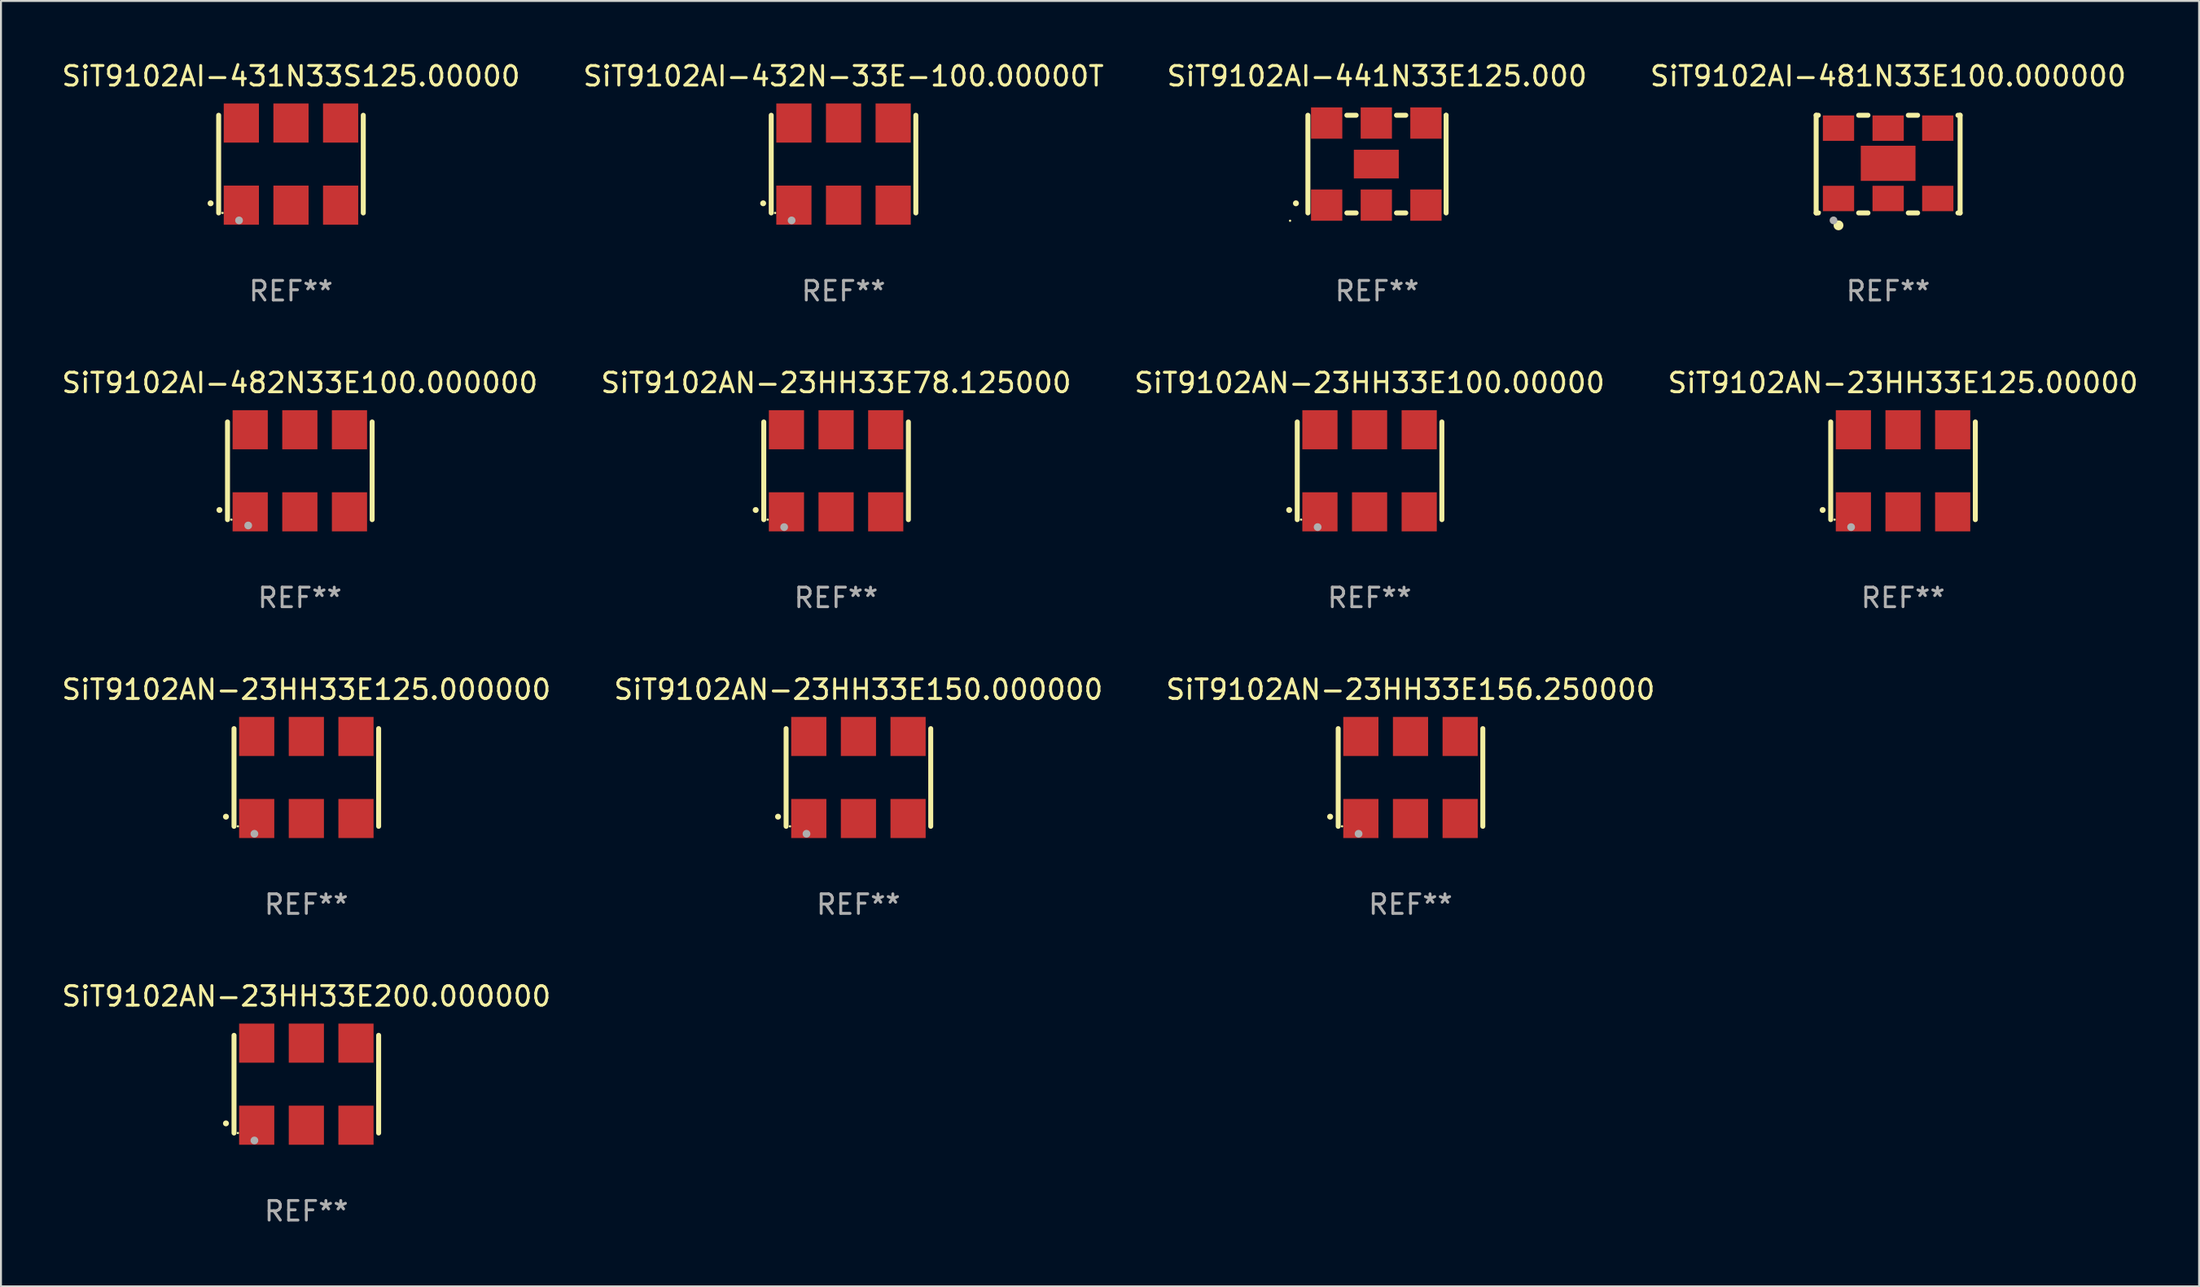
<source format=kicad_pcb>
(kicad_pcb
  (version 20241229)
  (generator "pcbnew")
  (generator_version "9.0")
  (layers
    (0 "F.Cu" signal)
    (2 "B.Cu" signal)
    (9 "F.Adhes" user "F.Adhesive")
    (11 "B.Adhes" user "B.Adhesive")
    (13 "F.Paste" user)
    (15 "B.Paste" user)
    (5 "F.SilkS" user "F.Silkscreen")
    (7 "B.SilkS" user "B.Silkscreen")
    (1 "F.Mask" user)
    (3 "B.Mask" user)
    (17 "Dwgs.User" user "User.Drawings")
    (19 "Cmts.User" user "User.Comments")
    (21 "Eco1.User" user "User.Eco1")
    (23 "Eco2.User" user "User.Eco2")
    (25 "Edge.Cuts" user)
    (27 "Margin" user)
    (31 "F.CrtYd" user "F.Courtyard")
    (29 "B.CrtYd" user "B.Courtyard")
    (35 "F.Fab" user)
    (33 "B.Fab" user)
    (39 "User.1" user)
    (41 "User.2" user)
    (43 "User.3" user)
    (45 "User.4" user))
  (footprint "SiT9102AI-481N33E100.000000"
    (layer "F.Cu")
    (at 93.565 5.348)
    (property "Reference" "SiT9102AI-481N33E100.000000" (at 0 -4.5 0) (layer "F.SilkS") (effects (font (size 1 1) (thickness 0.15))))
    (attr through_hole)
    (fp_line (start -3.683 -2.5) (end -3.571 -2.5) (stroke (width 0.254) (type solid)) (layer "F.SilkS"))
    (fp_line (start -3.683 2.5) (end -3.683 -2.5) (stroke (width 0.254) (type solid)) (layer "F.SilkS"))
    (fp_line (start -3.683 2.5) (end -3.571 2.5) (stroke (width 0.254) (type solid)) (layer "F.SilkS"))
    (fp_line (start -1.509 -2.5) (end -1.031 -2.5) (stroke (width 0.254) (type solid)) (layer "F.SilkS"))
    (fp_line (start -1.509 2.5) (end -1.031 2.5) (stroke (width 0.254) (type solid)) (layer "F.SilkS"))
    (fp_line (start 1.031 -2.5) (end 1.509 -2.5) (stroke (width 0.254) (type solid)) (layer "F.SilkS"))
    (fp_line (start 1.031 2.5) (end 1.509 2.5) (stroke (width 0.254) (type solid)) (layer "F.SilkS"))
    (fp_line (start 3.571 -2.5) (end 3.683 -2.5) (stroke (width 0.254) (type solid)) (layer "F.SilkS"))
    (fp_line (start 3.571 2.5) (end 3.683 2.5) (stroke (width 0.254) (type solid)) (layer "F.SilkS"))
    (fp_line (start 3.683 2.5) (end 3.683 -2.5) (stroke (width 0.254) (type solid)) (layer "F.SilkS"))
    (fp_circle (center -3.5 2.46) (end -3.47 2.46) (stroke (width 0.06) (type solid)) (fill no) (layer "F.SilkS"))
    (fp_circle (center -2.54 3.135) (end -2.413 3.135) (stroke (width 0.254) (type solid)) (fill no) (layer "F.SilkS"))
    (fp_circle (center -2.794 2.881) (end -2.694 2.881) (stroke (width 0.2) (type solid)) (fill no) (layer "F.Fab"))
    (fp_text user "REF**" (at 0 6.5 0) (layer "F.Fab") (effects (font (size 1 1) (thickness 0.15))))
    (pad "1" smd rect (at -2.54 1.76) (size 1.6 1.3) (layers "F.Cu" "F.Mask" "F.Paste"))
    (pad "2" smd rect (at 0 1.76) (size 1.6 1.3) (layers "F.Cu" "F.Mask" "F.Paste"))
    (pad "3" smd rect (at 2.54 1.76) (size 1.6 1.3) (layers "F.Cu" "F.Mask" "F.Paste"))
    (pad "4" smd rect (at 2.54 -1.84) (size 1.6 1.3) (layers "F.Cu" "F.Mask" "F.Paste"))
    (pad "5" smd rect (at 0 -1.84) (size 1.6 1.3) (layers "F.Cu" "F.Mask" "F.Paste"))
    (pad "6" smd rect (at -2.54 -1.84) (size 1.6 1.3) (layers "F.Cu" "F.Mask" "F.Paste"))
    (pad "7" smd rect (at 0 -0.04) (size 2.8 1.8) (layers "F.Cu" "F.Mask" "F.Paste")))
  (footprint "SiT9102AI-441N33E125.000"
    (layer "F.Cu")
    (at 67.411 5.348)
    (property "Reference" "SiT9102AI-441N33E125.000" (at 0 -4.5 0) (layer "F.SilkS") (effects (font (size 1 1) (thickness 0.15))))
    (attr through_hole)
    (fp_line (start -3.536 -2.5) (end -3.536 2.5) (stroke (width 0.254) (type solid)) (layer "F.SilkS"))
    (fp_line (start -1.544 2.5) (end -1.067 2.5) (stroke (width 0.254) (type solid)) (layer "F.SilkS"))
    (fp_line (start -1.067 -2.5) (end -1.544 -2.5) (stroke (width 0.254) (type solid)) (layer "F.SilkS"))
    (fp_line (start 0.996 2.5) (end 1.473 2.5) (stroke (width 0.254) (type solid)) (layer "F.SilkS"))
    (fp_line (start 1.473 -2.5) (end 0.996 -2.5) (stroke (width 0.254) (type solid)) (layer "F.SilkS"))
    (fp_line (start 3.536 -2.5) (end 3.536 -2.5) (stroke (width 0.254) (type solid)) (layer "F.SilkS"))
    (fp_line (start 3.536 2.5) (end 3.536 -2.5) (stroke (width 0.254) (type solid)) (layer "F.SilkS"))
    (fp_arc (start -4.150432 2.006604) (mid -4.149162 2.006599) (end -4.147892 2.006604) (stroke (width 0.3) (type solid)) (layer "F.SilkS"))
    (fp_circle (center -4.449 2.9) (end -4.419 2.9) (stroke (width 0.06) (type solid)) (fill no) (layer "F.SilkS"))
    (fp_text user "REF**" (at 0 6.5 0) (layer "F.Fab") (effects (font (size 1 1) (thickness 0.15))))
    (pad "1" smd rect (at -2.576 2.1) (size 1.6 1.6) (layers "F.Cu" "F.Mask" "F.Paste"))
    (pad "2" smd rect (at -0.036 2.1) (size 1.6 1.6) (layers "F.Cu" "F.Mask" "F.Paste"))
    (pad "3" smd rect (at 2.504 2.1) (size 1.6 1.6) (layers "F.Cu" "F.Mask" "F.Paste"))
    (pad "4" smd rect (at 2.504 -2.1) (size 1.6 1.6) (layers "F.Cu" "F.Mask" "F.Paste"))
    (pad "5" smd rect (at -0.036 -2.1) (size 1.6 1.6) (layers "F.Cu" "F.Mask" "F.Paste"))
    (pad "6" smd rect (at -2.576 -2.1) (size 1.6 1.6) (layers "F.Cu" "F.Mask" "F.Paste"))
    (pad "7" smd rect (at -0.036 0) (size 2.3 1.47) (layers "F.Cu" "F.Mask" "F.Paste")))
  (footprint "SiT9102AI-432N-33E-100.00000T"
    (layer "F.Cu")
    (at 40.113 5.348)
    (property "Reference" "SiT9102AI-432N-33E-100.00000T" (at 0 -4.5 0) (layer "F.SilkS") (effects (font (size 1 1) (thickness 0.15))))
    (attr through_hole)
    (fp_line (start -3.7 -2.5) (end -3.7 2.5) (stroke (width 0.254) (type solid)) (layer "F.SilkS"))
    (fp_line (start 3.7 -2.5) (end 3.7 2.5) (stroke (width 0.254) (type solid)) (layer "F.SilkS"))
    (fp_arc (start -4.114415 2.006604) (mid -4.113145 2.006599) (end -4.111875 2.006604) (stroke (width 0.3) (type solid)) (layer "F.SilkS"))
    (fp_circle (center -3.502 2.5) (end -3.472 2.5) (stroke (width 0.06) (type solid)) (fill no) (layer "F.SilkS"))
    (fp_circle (center -2.657 2.882) (end -2.557 2.882) (stroke (width 0.2) (type solid)) (fill no) (layer "F.Fab"))
    (fp_text user "REF**" (at 0 6.5 0) (layer "F.Fab") (effects (font (size 1 1) (thickness 0.15))))
    (pad "1" smd rect (at -2.54 2.1) (size 1.8 2) (layers "F.Cu" "F.Mask" "F.Paste"))
    (pad "2" smd rect (at 0.000394 2.1) (size 1.8 2) (layers "F.Cu" "F.Mask" "F.Paste"))
    (pad "3" smd rect (at 2.54 2.1) (size 1.8 2) (layers "F.Cu" "F.Mask" "F.Paste"))
    (pad "4" smd rect (at 2.54 -2.1) (size 1.8 2) (layers "F.Cu" "F.Mask" "F.Paste"))
    (pad "5" smd rect (at 0.000394 -2.1) (size 1.8 2) (layers "F.Cu" "F.Mask" "F.Paste"))
    (pad "6" smd rect (at -2.54 -2.1) (size 1.8 2) (layers "F.Cu" "F.Mask" "F.Paste")))
  (footprint "SiT9102AN-23HH33E150.000000"
    (layer "F.Cu")
    (at 40.875 36.741)
    (property "Reference" "SiT9102AN-23HH33E150.000000" (at 0 -4.5 0) (layer "F.SilkS") (effects (font (size 1 1) (thickness 0.15))))
    (attr through_hole)
    (fp_line (start -3.7 -2.5) (end -3.7 2.5) (stroke (width 0.254) (type solid)) (layer "F.SilkS"))
    (fp_line (start 3.7 -2.5) (end 3.7 2.5) (stroke (width 0.254) (type solid)) (layer "F.SilkS"))
    (fp_arc (start -4.114415 2.006604) (mid -4.113145 2.006599) (end -4.111875 2.006604) (stroke (width 0.3) (type solid)) (layer "F.SilkS"))
    (fp_circle (center -3.502 2.5) (end -3.472 2.5) (stroke (width 0.06) (type solid)) (fill no) (layer "F.SilkS"))
    (fp_circle (center -2.657 2.882) (end -2.557 2.882) (stroke (width 0.2) (type solid)) (fill no) (layer "F.Fab"))
    (fp_text user "REF**" (at 0 6.5 0) (layer "F.Fab") (effects (font (size 1 1) (thickness 0.15))))
    (pad "1" smd rect (at -2.54 2.1) (size 1.8 2) (layers "F.Cu" "F.Mask" "F.Paste"))
    (pad "2" smd rect (at 0.000394 2.1) (size 1.8 2) (layers "F.Cu" "F.Mask" "F.Paste"))
    (pad "3" smd rect (at 2.54 2.1) (size 1.8 2) (layers "F.Cu" "F.Mask" "F.Paste"))
    (pad "4" smd rect (at 2.54 -2.1) (size 1.8 2) (layers "F.Cu" "F.Mask" "F.Paste"))
    (pad "5" smd rect (at 0.000394 -2.1) (size 1.8 2) (layers "F.Cu" "F.Mask" "F.Paste"))
    (pad "6" smd rect (at -2.54 -2.1) (size 1.8 2) (layers "F.Cu" "F.Mask" "F.Paste")))
  (footprint "SiT9102AN-23HH33E200.000000"
    (layer "F.Cu")
    (at 12.625 52.438)
    (property "Reference" "SiT9102AN-23HH33E200.000000" (at 0 -4.5 0) (layer "F.SilkS") (effects (font (size 1 1) (thickness 0.15))))
    (attr through_hole)
    (fp_line (start -3.7 -2.5) (end -3.7 2.5) (stroke (width 0.254) (type solid)) (layer "F.SilkS"))
    (fp_line (start 3.7 -2.5) (end 3.7 2.5) (stroke (width 0.254) (type solid)) (layer "F.SilkS"))
    (fp_arc (start -4.114415 2.006604) (mid -4.113145 2.006599) (end -4.111875 2.006604) (stroke (width 0.3) (type solid)) (layer "F.SilkS"))
    (fp_circle (center -3.502 2.5) (end -3.472 2.5) (stroke (width 0.06) (type solid)) (fill no) (layer "F.SilkS"))
    (fp_circle (center -2.657 2.882) (end -2.557 2.882) (stroke (width 0.2) (type solid)) (fill no) (layer "F.Fab"))
    (fp_text user "REF**" (at 0 6.5 0) (layer "F.Fab") (effects (font (size 1 1) (thickness 0.15))))
    (pad "1" smd rect (at -2.54 2.1) (size 1.8 2) (layers "F.Cu" "F.Mask" "F.Paste"))
    (pad "2" smd rect (at 0.000394 2.1) (size 1.8 2) (layers "F.Cu" "F.Mask" "F.Paste"))
    (pad "3" smd rect (at 2.54 2.1) (size 1.8 2) (layers "F.Cu" "F.Mask" "F.Paste"))
    (pad "4" smd rect (at 2.54 -2.1) (size 1.8 2) (layers "F.Cu" "F.Mask" "F.Paste"))
    (pad "5" smd rect (at 0.000394 -2.1) (size 1.8 2) (layers "F.Cu" "F.Mask" "F.Paste"))
    (pad "6" smd rect (at -2.54 -2.1) (size 1.8 2) (layers "F.Cu" "F.Mask" "F.Paste")))
  (footprint "SiT9102AN-23HH33E78.125000"
    (layer "F.Cu")
    (at 39.732 21.045)
    (property "Reference" "SiT9102AN-23HH33E78.125000" (at 0 -4.5 0) (layer "F.SilkS") (effects (font (size 1 1) (thickness 0.15))))
    (attr through_hole)
    (fp_line (start -3.7 -2.5) (end -3.7 2.5) (stroke (width 0.254) (type solid)) (layer "F.SilkS"))
    (fp_line (start 3.7 -2.5) (end 3.7 2.5) (stroke (width 0.254) (type solid)) (layer "F.SilkS"))
    (fp_arc (start -4.114415 2.006604) (mid -4.113145 2.006599) (end -4.111875 2.006604) (stroke (width 0.3) (type solid)) (layer "F.SilkS"))
    (fp_circle (center -3.502 2.5) (end -3.472 2.5) (stroke (width 0.06) (type solid)) (fill no) (layer "F.SilkS"))
    (fp_circle (center -2.657 2.882) (end -2.557 2.882) (stroke (width 0.2) (type solid)) (fill no) (layer "F.Fab"))
    (fp_text user "REF**" (at 0 6.5 0) (layer "F.Fab") (effects (font (size 1 1) (thickness 0.15))))
    (pad "1" smd rect (at -2.54 2.1) (size 1.8 2) (layers "F.Cu" "F.Mask" "F.Paste"))
    (pad "2" smd rect (at 0.000394 2.1) (size 1.8 2) (layers "F.Cu" "F.Mask" "F.Paste"))
    (pad "3" smd rect (at 2.54 2.1) (size 1.8 2) (layers "F.Cu" "F.Mask" "F.Paste"))
    (pad "4" smd rect (at 2.54 -2.1) (size 1.8 2) (layers "F.Cu" "F.Mask" "F.Paste"))
    (pad "5" smd rect (at 0.000394 -2.1) (size 1.8 2) (layers "F.Cu" "F.Mask" "F.Paste"))
    (pad "6" smd rect (at -2.54 -2.1) (size 1.8 2) (layers "F.Cu" "F.Mask" "F.Paste")))
  (footprint "SiT9102AN-23HH33E100.00000"
    (layer "F.Cu")
    (at 67.03 21.045)
    (property "Reference" "SiT9102AN-23HH33E100.00000" (at 0 -4.5 0) (layer "F.SilkS") (effects (font (size 1 1) (thickness 0.15))))
    (attr through_hole)
    (fp_line (start -3.7 -2.5) (end -3.7 2.5) (stroke (width 0.254) (type solid)) (layer "F.SilkS"))
    (fp_line (start 3.7 -2.5) (end 3.7 2.5) (stroke (width 0.254) (type solid)) (layer "F.SilkS"))
    (fp_arc (start -4.114415 2.006604) (mid -4.113145 2.006599) (end -4.111875 2.006604) (stroke (width 0.3) (type solid)) (layer "F.SilkS"))
    (fp_circle (center -3.502 2.5) (end -3.472 2.5) (stroke (width 0.06) (type solid)) (fill no) (layer "F.SilkS"))
    (fp_circle (center -2.657 2.882) (end -2.557 2.882) (stroke (width 0.2) (type solid)) (fill no) (layer "F.Fab"))
    (fp_text user "REF**" (at 0 6.5 0) (layer "F.Fab") (effects (font (size 1 1) (thickness 0.15))))
    (pad "1" smd rect (at -2.54 2.1) (size 1.8 2) (layers "F.Cu" "F.Mask" "F.Paste"))
    (pad "2" smd rect (at 0.000394 2.1) (size 1.8 2) (layers "F.Cu" "F.Mask" "F.Paste"))
    (pad "3" smd rect (at 2.54 2.1) (size 1.8 2) (layers "F.Cu" "F.Mask" "F.Paste"))
    (pad "4" smd rect (at 2.54 -2.1) (size 1.8 2) (layers "F.Cu" "F.Mask" "F.Paste"))
    (pad "5" smd rect (at 0.000394 -2.1) (size 1.8 2) (layers "F.Cu" "F.Mask" "F.Paste"))
    (pad "6" smd rect (at -2.54 -2.1) (size 1.8 2) (layers "F.Cu" "F.Mask" "F.Paste")))
  (footprint "SiT9102AI-482N33E100.000000"
    (layer "F.Cu")
    (at 12.292 21.045)
    (property "Reference" "SiT9102AI-482N33E100.000000" (at 0 -4.5 0) (layer "F.SilkS") (effects (font (size 1 1) (thickness 0.15))))
    (attr through_hole)
    (fp_line (start -3.7 -2.5) (end -3.7 2.5) (stroke (width 0.254) (type solid)) (layer "F.SilkS"))
    (fp_line (start 3.7 -2.5) (end 3.7 2.5) (stroke (width 0.254) (type solid)) (layer "F.SilkS"))
    (fp_arc (start -4.114415 2.006604) (mid -4.113145 2.006599) (end -4.111875 2.006604) (stroke (width 0.3) (type solid)) (layer "F.SilkS"))
    (fp_circle (center -3.5 2.501) (end -3.47 2.501) (stroke (width 0.06) (type solid)) (fill no) (layer "F.SilkS"))
    (fp_circle (center -2.641 2.799) (end -2.541 2.799) (stroke (width 0.2) (type solid)) (fill no) (layer "F.Fab"))
    (fp_text user "REF**" (at 0 6.5 0) (layer "F.Fab") (effects (font (size 1 1) (thickness 0.15))))
    (pad "1" smd rect (at -2.54 2.1) (size 1.8 2) (layers "F.Cu" "F.Mask" "F.Paste"))
    (pad "2" smd rect (at 0.000394 2.1) (size 1.8 2) (layers "F.Cu" "F.Mask" "F.Paste"))
    (pad "3" smd rect (at 2.54 2.1) (size 1.8 2) (layers "F.Cu" "F.Mask" "F.Paste"))
    (pad "4" smd rect (at 2.54 -2.1) (size 1.8 2) (layers "F.Cu" "F.Mask" "F.Paste"))
    (pad "5" smd rect (at 0.000394 -2.1) (size 1.8 2) (layers "F.Cu" "F.Mask" "F.Paste"))
    (pad "6" smd rect (at -2.54 -2.1) (size 1.8 2) (layers "F.Cu" "F.Mask" "F.Paste")))
  (footprint "SiT9102AN-23HH33E125.000000"
    (layer "F.Cu")
    (at 12.625 36.741)
    (property "Reference" "SiT9102AN-23HH33E125.000000" (at 0 -4.5 0) (layer "F.SilkS") (effects (font (size 1 1) (thickness 0.15))))
    (attr through_hole)
    (fp_line (start -3.7 -2.5) (end -3.7 2.5) (stroke (width 0.254) (type solid)) (layer "F.SilkS"))
    (fp_line (start 3.7 -2.5) (end 3.7 2.5) (stroke (width 0.254) (type solid)) (layer "F.SilkS"))
    (fp_arc (start -4.114415 2.006604) (mid -4.113145 2.006599) (end -4.111875 2.006604) (stroke (width 0.3) (type solid)) (layer "F.SilkS"))
    (fp_circle (center -3.502 2.5) (end -3.472 2.5) (stroke (width 0.06) (type solid)) (fill no) (layer "F.SilkS"))
    (fp_circle (center -2.657 2.882) (end -2.557 2.882) (stroke (width 0.2) (type solid)) (fill no) (layer "F.Fab"))
    (fp_text user "REF**" (at 0 6.5 0) (layer "F.Fab") (effects (font (size 1 1) (thickness 0.15))))
    (pad "1" smd rect (at -2.54 2.1) (size 1.8 2) (layers "F.Cu" "F.Mask" "F.Paste"))
    (pad "2" smd rect (at 0.000394 2.1) (size 1.8 2) (layers "F.Cu" "F.Mask" "F.Paste"))
    (pad "3" smd rect (at 2.54 2.1) (size 1.8 2) (layers "F.Cu" "F.Mask" "F.Paste"))
    (pad "4" smd rect (at 2.54 -2.1) (size 1.8 2) (layers "F.Cu" "F.Mask" "F.Paste"))
    (pad "5" smd rect (at 0.000394 -2.1) (size 1.8 2) (layers "F.Cu" "F.Mask" "F.Paste"))
    (pad "6" smd rect (at -2.54 -2.1) (size 1.8 2) (layers "F.Cu" "F.Mask" "F.Paste")))
  (footprint "SiT9102AI-431N33S125.00000"
    (layer "F.Cu")
    (at 11.839 5.348)
    (property "Reference" "SiT9102AI-431N33S125.00000" (at 0 -4.5 0) (layer "F.SilkS") (effects (font (size 1 1) (thickness 0.15))))
    (attr through_hole)
    (fp_line (start -3.7 -2.5) (end -3.7 2.5) (stroke (width 0.254) (type solid)) (layer "F.SilkS"))
    (fp_line (start 3.7 -2.5) (end 3.7 2.5) (stroke (width 0.254) (type solid)) (layer "F.SilkS"))
    (fp_arc (start -4.114415 2.006604) (mid -4.113145 2.006599) (end -4.111875 2.006604) (stroke (width 0.3) (type solid)) (layer "F.SilkS"))
    (fp_circle (center -3.502 2.5) (end -3.472 2.5) (stroke (width 0.06) (type solid)) (fill no) (layer "F.SilkS"))
    (fp_circle (center -2.657 2.882) (end -2.557 2.882) (stroke (width 0.2) (type solid)) (fill no) (layer "F.Fab"))
    (fp_text user "REF**" (at 0 6.5 0) (layer "F.Fab") (effects (font (size 1 1) (thickness 0.15))))
    (pad "1" smd rect (at -2.54 2.1) (size 1.8 2) (layers "F.Cu" "F.Mask" "F.Paste"))
    (pad "2" smd rect (at 0.000394 2.1) (size 1.8 2) (layers "F.Cu" "F.Mask" "F.Paste"))
    (pad "3" smd rect (at 2.54 2.1) (size 1.8 2) (layers "F.Cu" "F.Mask" "F.Paste"))
    (pad "4" smd rect (at 2.54 -2.1) (size 1.8 2) (layers "F.Cu" "F.Mask" "F.Paste"))
    (pad "5" smd rect (at 0.000394 -2.1) (size 1.8 2) (layers "F.Cu" "F.Mask" "F.Paste"))
    (pad "6" smd rect (at -2.54 -2.1) (size 1.8 2) (layers "F.Cu" "F.Mask" "F.Paste")))
  (footprint "SiT9102AN-23HH33E125.00000"
    (layer "F.Cu")
    (at 94.327 21.045)
    (property "Reference" "SiT9102AN-23HH33E125.00000" (at 0 -4.5 0) (layer "F.SilkS") (effects (font (size 1 1) (thickness 0.15))))
    (attr through_hole)
    (fp_line (start -3.7 -2.5) (end -3.7 2.5) (stroke (width 0.254) (type solid)) (layer "F.SilkS"))
    (fp_line (start 3.7 -2.5) (end 3.7 2.5) (stroke (width 0.254) (type solid)) (layer "F.SilkS"))
    (fp_arc (start -4.114415 2.006604) (mid -4.113145 2.006599) (end -4.111875 2.006604) (stroke (width 0.3) (type solid)) (layer "F.SilkS"))
    (fp_circle (center -3.502 2.5) (end -3.472 2.5) (stroke (width 0.06) (type solid)) (fill no) (layer "F.SilkS"))
    (fp_circle (center -2.657 2.882) (end -2.557 2.882) (stroke (width 0.2) (type solid)) (fill no) (layer "F.Fab"))
    (fp_text user "REF**" (at 0 6.5 0) (layer "F.Fab") (effects (font (size 1 1) (thickness 0.15))))
    (pad "1" smd rect (at -2.54 2.1) (size 1.8 2) (layers "F.Cu" "F.Mask" "F.Paste"))
    (pad "2" smd rect (at 0.000394 2.1) (size 1.8 2) (layers "F.Cu" "F.Mask" "F.Paste"))
    (pad "3" smd rect (at 2.54 2.1) (size 1.8 2) (layers "F.Cu" "F.Mask" "F.Paste"))
    (pad "4" smd rect (at 2.54 -2.1) (size 1.8 2) (layers "F.Cu" "F.Mask" "F.Paste"))
    (pad "5" smd rect (at 0.000394 -2.1) (size 1.8 2) (layers "F.Cu" "F.Mask" "F.Paste"))
    (pad "6" smd rect (at -2.54 -2.1) (size 1.8 2) (layers "F.Cu" "F.Mask" "F.Paste")))
  (footprint "SiT9102AN-23HH33E156.250000"
    (layer "F.Cu")
    (at 69.125 36.741)
    (property "Reference" "SiT9102AN-23HH33E156.250000" (at 0 -4.5 0) (layer "F.SilkS") (effects (font (size 1 1) (thickness 0.15))))
    (attr through_hole)
    (fp_line (start -3.7 -2.5) (end -3.7 2.5) (stroke (width 0.254) (type solid)) (layer "F.SilkS"))
    (fp_line (start 3.7 -2.5) (end 3.7 2.5) (stroke (width 0.254) (type solid)) (layer "F.SilkS"))
    (fp_arc (start -4.114415 2.006604) (mid -4.113145 2.006599) (end -4.111875 2.006604) (stroke (width 0.3) (type solid)) (layer "F.SilkS"))
    (fp_circle (center -3.502 2.5) (end -3.472 2.5) (stroke (width 0.06) (type solid)) (fill no) (layer "F.SilkS"))
    (fp_circle (center -2.657 2.882) (end -2.557 2.882) (stroke (width 0.2) (type solid)) (fill no) (layer "F.Fab"))
    (fp_text user "REF**" (at 0 6.5 0) (layer "F.Fab") (effects (font (size 1 1) (thickness 0.15))))
    (pad "1" smd rect (at -2.54 2.1) (size 1.8 2) (layers "F.Cu" "F.Mask" "F.Paste"))
    (pad "2" smd rect (at 0.000394 2.1) (size 1.8 2) (layers "F.Cu" "F.Mask" "F.Paste"))
    (pad "3" smd rect (at 2.54 2.1) (size 1.8 2) (layers "F.Cu" "F.Mask" "F.Paste"))
    (pad "4" smd rect (at 2.54 -2.1) (size 1.8 2) (layers "F.Cu" "F.Mask" "F.Paste"))
    (pad "5" smd rect (at 0.000394 -2.1) (size 1.8 2) (layers "F.Cu" "F.Mask" "F.Paste"))
    (pad "6" smd rect (at -2.54 -2.1) (size 1.8 2) (layers "F.Cu" "F.Mask" "F.Paste")))
  (gr_rect
    (start -3 -3)
    (end 109.476 62.786)
    (stroke (width 0.1) (type default))
    (fill no)
    (layer "Edge.Cuts")))
</source>
